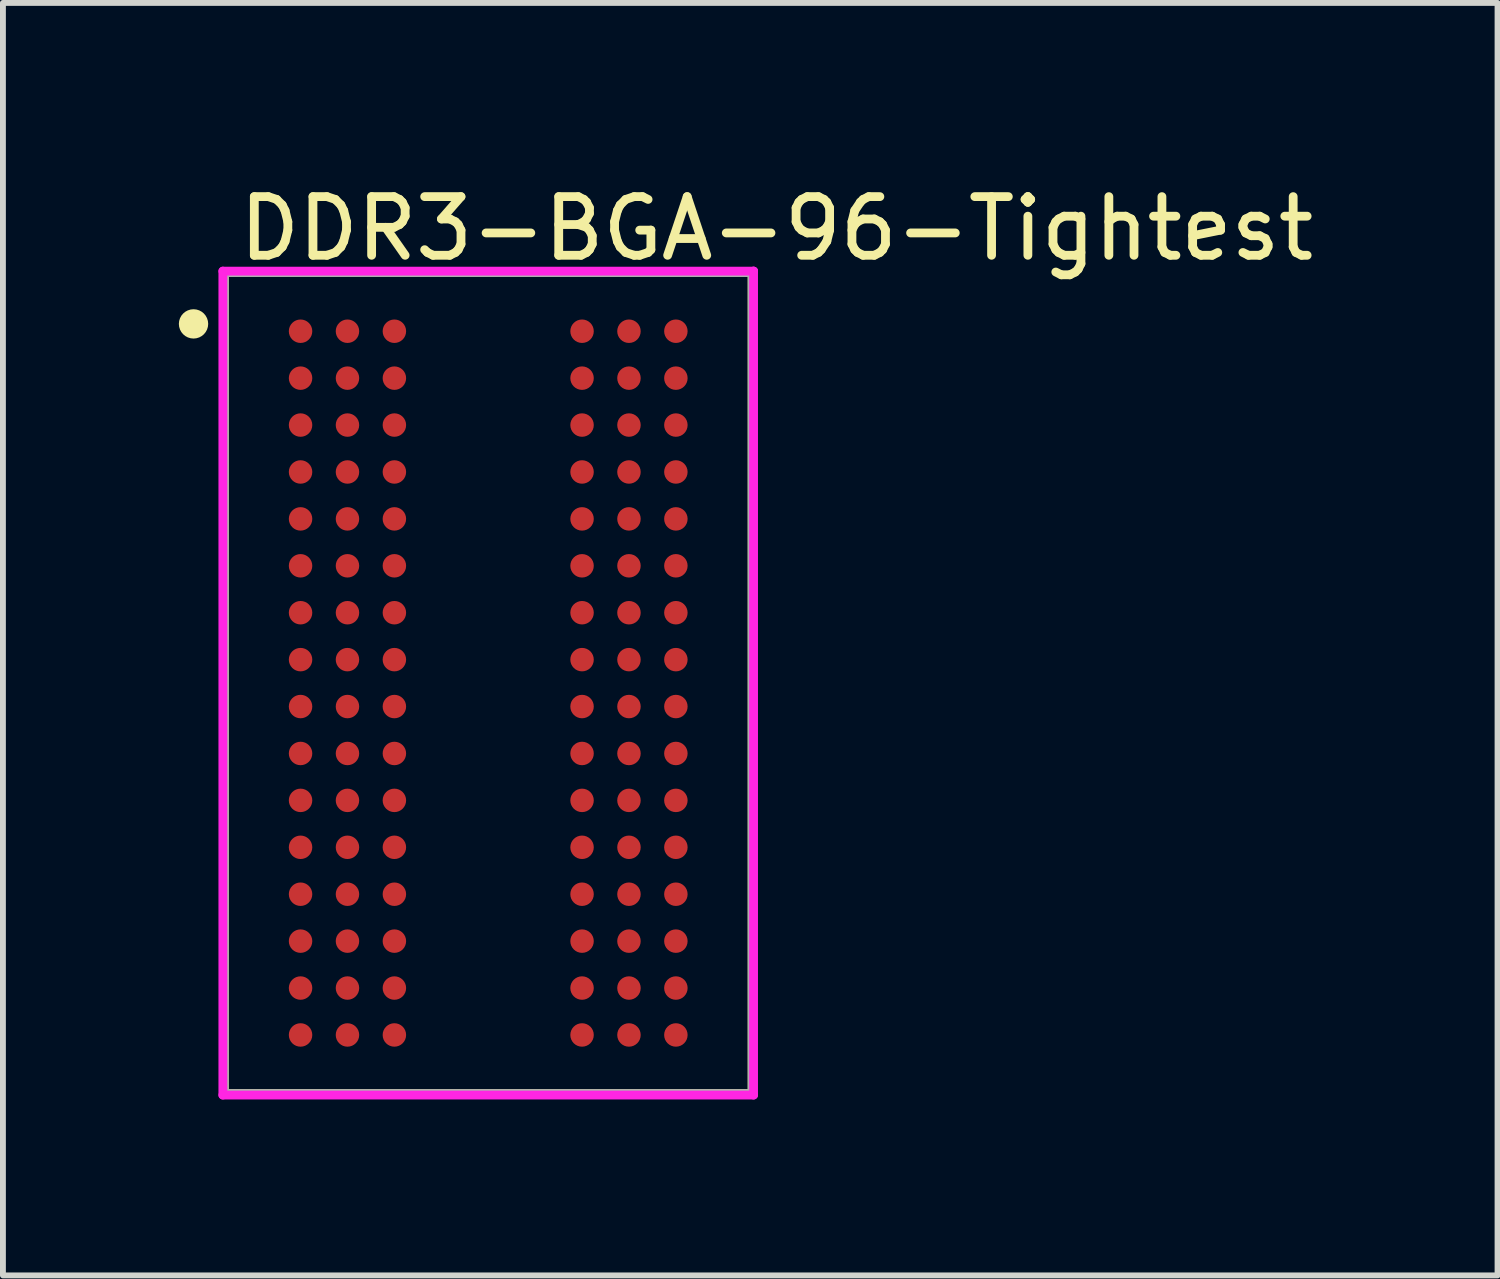
<source format=kicad_pcb>
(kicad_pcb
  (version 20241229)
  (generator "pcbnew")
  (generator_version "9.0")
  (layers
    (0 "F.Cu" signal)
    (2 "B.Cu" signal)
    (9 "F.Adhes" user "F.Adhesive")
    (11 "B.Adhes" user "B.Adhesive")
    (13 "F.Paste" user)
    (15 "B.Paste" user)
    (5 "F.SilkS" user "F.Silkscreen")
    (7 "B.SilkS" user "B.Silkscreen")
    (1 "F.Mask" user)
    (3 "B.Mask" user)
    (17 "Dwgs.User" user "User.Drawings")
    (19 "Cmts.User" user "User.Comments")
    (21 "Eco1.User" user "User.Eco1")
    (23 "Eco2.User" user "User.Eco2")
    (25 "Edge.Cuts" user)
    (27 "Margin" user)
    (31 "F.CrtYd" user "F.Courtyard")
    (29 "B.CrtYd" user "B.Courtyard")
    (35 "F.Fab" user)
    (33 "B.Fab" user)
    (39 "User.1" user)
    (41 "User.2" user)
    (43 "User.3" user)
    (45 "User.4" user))
  (footprint "DDR3-BGA-96-Tightest"
    (layer "F.Cu")
    (at 5.275 8.598)
    (property "Reference" "DDR3-BGA-96-Tightest" (at -4.325 -7.75 0) (layer "F.SilkS") (effects (font (size 1 1) (thickness 0.15)) (justify left)))
    (attr through_hole)
    (fp_line (start -4.5 -7) (end 4.5 -7) (stroke (width 0.15) (type solid)) (layer "F.SilkS"))
    (fp_line (start -4.5 7) (end -4.5 -7) (stroke (width 0.15) (type solid)) (layer "F.SilkS"))
    (fp_line (start 4.5 -7) (end 4.5 7) (stroke (width 0.15) (type solid)) (layer "F.SilkS"))
    (fp_line (start 4.5 7) (end -4.5 7) (stroke (width 0.15) (type solid)) (layer "F.SilkS"))
    (fp_circle (center -5.025 -6.125) (end -4.9 -6.125) (stroke (width 0.25) (type solid)) (fill no) (layer "F.SilkS"))
    (fp_line (start -4.525 -7.025) (end -4.525 7.025) (stroke (width 0.15) (type solid)) (layer "F.CrtYd"))
    (fp_line (start -4.525 7.025) (end 4.525 7.025) (stroke (width 0.15) (type solid)) (layer "F.CrtYd"))
    (fp_line (start 4.525 -7.025) (end -4.525 -7.025) (stroke (width 0.15) (type solid)) (layer "F.CrtYd"))
    (fp_line (start 4.525 -7.025) (end 4.525 -7.025) (stroke (width 0.15) (type solid)) (layer "F.CrtYd"))
    (fp_line (start 4.525 7.025) (end 4.525 -7.025) (stroke (width 0.15) (type solid)) (layer "F.CrtYd"))
    (fp_line (start -4.5 -7) (end 4.5 -7) (stroke (width 0.15) (type solid)) (layer "F.Fab"))
    (fp_line (start -4.5 7) (end -4.5 -7) (stroke (width 0.15) (type solid)) (layer "F.Fab"))
    (fp_line (start 4.5 -7) (end 4.5 7) (stroke (width 0.15) (type solid)) (layer "F.Fab"))
    (fp_line (start 4.5 7) (end -4.5 7) (stroke (width 0.15) (type solid)) (layer "F.Fab"))
    (pad "A1" smd circle (at -3.2 -6) (size 0.4 0.4) (layers "F.Cu" "F.Mask" "F.Paste"))
    (pad "A2" smd circle (at -2.4 -6) (size 0.4 0.4) (layers "F.Cu" "F.Mask" "F.Paste"))
    (pad "A3" smd circle (at -1.6 -6) (size 0.4 0.4) (layers "F.Cu" "F.Mask" "F.Paste"))
    (pad "A7" smd circle (at 1.6 -6) (size 0.4 0.4) (layers "F.Cu" "F.Mask" "F.Paste"))
    (pad "A8" smd circle (at 2.4 -6) (size 0.4 0.4) (layers "F.Cu" "F.Mask" "F.Paste"))
    (pad "A9" smd circle (at 3.2 -6) (size 0.4 0.4) (layers "F.Cu" "F.Mask" "F.Paste"))
    (pad "B1" smd circle (at -3.2 -5.2) (size 0.4 0.4) (layers "F.Cu" "F.Mask" "F.Paste"))
    (pad "B2" smd circle (at -2.4 -5.2) (size 0.4 0.4) (layers "F.Cu" "F.Mask" "F.Paste"))
    (pad "B3" smd circle (at -1.6 -5.2) (size 0.4 0.4) (layers "F.Cu" "F.Mask" "F.Paste"))
    (pad "B7" smd circle (at 1.6 -5.2) (size 0.4 0.4) (layers "F.Cu" "F.Mask" "F.Paste"))
    (pad "B8" smd circle (at 2.4 -5.2) (size 0.4 0.4) (layers "F.Cu" "F.Mask" "F.Paste"))
    (pad "B9" smd circle (at 3.2 -5.2) (size 0.4 0.4) (layers "F.Cu" "F.Mask" "F.Paste"))
    (pad "C1" smd circle (at -3.2 -4.4) (size 0.4 0.4) (layers "F.Cu" "F.Mask" "F.Paste"))
    (pad "C2" smd circle (at -2.4 -4.4) (size 0.4 0.4) (layers "F.Cu" "F.Mask" "F.Paste"))
    (pad "C3" smd circle (at -1.6 -4.4) (size 0.4 0.4) (layers "F.Cu" "F.Mask" "F.Paste"))
    (pad "C7" smd circle (at 1.6 -4.4) (size 0.4 0.4) (layers "F.Cu" "F.Mask" "F.Paste"))
    (pad "C8" smd circle (at 2.4 -4.4) (size 0.4 0.4) (layers "F.Cu" "F.Mask" "F.Paste"))
    (pad "C9" smd circle (at 3.2 -4.4) (size 0.4 0.4) (layers "F.Cu" "F.Mask" "F.Paste"))
    (pad "D1" smd circle (at -3.2 -3.6) (size 0.4 0.4) (layers "F.Cu" "F.Mask" "F.Paste"))
    (pad "D2" smd circle (at -2.4 -3.6) (size 0.4 0.4) (layers "F.Cu" "F.Mask" "F.Paste"))
    (pad "D3" smd circle (at -1.6 -3.6) (size 0.4 0.4) (layers "F.Cu" "F.Mask" "F.Paste"))
    (pad "D7" smd circle (at 1.6 -3.6) (size 0.4 0.4) (layers "F.Cu" "F.Mask" "F.Paste"))
    (pad "D8" smd circle (at 2.4 -3.6) (size 0.4 0.4) (layers "F.Cu" "F.Mask" "F.Paste"))
    (pad "D9" smd circle (at 3.2 -3.6) (size 0.4 0.4) (layers "F.Cu" "F.Mask" "F.Paste"))
    (pad "E1" smd circle (at -3.2 -2.8) (size 0.4 0.4) (layers "F.Cu" "F.Mask" "F.Paste"))
    (pad "E2" smd circle (at -2.4 -2.8) (size 0.4 0.4) (layers "F.Cu" "F.Mask" "F.Paste"))
    (pad "E3" smd circle (at -1.6 -2.8) (size 0.4 0.4) (layers "F.Cu" "F.Mask" "F.Paste"))
    (pad "E7" smd circle (at 1.6 -2.8) (size 0.4 0.4) (layers "F.Cu" "F.Mask" "F.Paste"))
    (pad "E8" smd circle (at 2.4 -2.8) (size 0.4 0.4) (layers "F.Cu" "F.Mask" "F.Paste"))
    (pad "E9" smd circle (at 3.2 -2.8) (size 0.4 0.4) (layers "F.Cu" "F.Mask" "F.Paste"))
    (pad "F1" smd circle (at -3.2 -2) (size 0.4 0.4) (layers "F.Cu" "F.Mask" "F.Paste"))
    (pad "F2" smd circle (at -2.4 -2) (size 0.4 0.4) (layers "F.Cu" "F.Mask" "F.Paste"))
    (pad "F3" smd circle (at -1.6 -2) (size 0.4 0.4) (layers "F.Cu" "F.Mask" "F.Paste"))
    (pad "F7" smd circle (at 1.6 -2) (size 0.4 0.4) (layers "F.Cu" "F.Mask" "F.Paste"))
    (pad "F8" smd circle (at 2.4 -2) (size 0.4 0.4) (layers "F.Cu" "F.Mask" "F.Paste"))
    (pad "F9" smd circle (at 3.2 -2) (size 0.4 0.4) (layers "F.Cu" "F.Mask" "F.Paste"))
    (pad "G1" smd circle (at -3.2 -1.2) (size 0.4 0.4) (layers "F.Cu" "F.Mask" "F.Paste"))
    (pad "G2" smd circle (at -2.4 -1.2) (size 0.4 0.4) (layers "F.Cu" "F.Mask" "F.Paste"))
    (pad "G3" smd circle (at -1.6 -1.2) (size 0.4 0.4) (layers "F.Cu" "F.Mask" "F.Paste"))
    (pad "G7" smd circle (at 1.6 -1.2) (size 0.4 0.4) (layers "F.Cu" "F.Mask" "F.Paste"))
    (pad "G8" smd circle (at 2.4 -1.2) (size 0.4 0.4) (layers "F.Cu" "F.Mask" "F.Paste"))
    (pad "G9" smd circle (at 3.2 -1.2) (size 0.4 0.4) (layers "F.Cu" "F.Mask" "F.Paste"))
    (pad "H1" smd circle (at -3.2 -0.4) (size 0.4 0.4) (layers "F.Cu" "F.Mask" "F.Paste"))
    (pad "H2" smd circle (at -2.4 -0.4) (size 0.4 0.4) (layers "F.Cu" "F.Mask" "F.Paste"))
    (pad "H3" smd circle (at -1.6 -0.4) (size 0.4 0.4) (layers "F.Cu" "F.Mask" "F.Paste"))
    (pad "H7" smd circle (at 1.6 -0.4) (size 0.4 0.4) (layers "F.Cu" "F.Mask" "F.Paste"))
    (pad "H8" smd circle (at 2.4 -0.4) (size 0.4 0.4) (layers "F.Cu" "F.Mask" "F.Paste"))
    (pad "H9" smd circle (at 3.2 -0.4) (size 0.4 0.4) (layers "F.Cu" "F.Mask" "F.Paste"))
    (pad "J1" smd circle (at -3.2 0.4) (size 0.4 0.4) (layers "F.Cu" "F.Mask" "F.Paste"))
    (pad "J2" smd circle (at -2.4 0.4) (size 0.4 0.4) (layers "F.Cu" "F.Mask" "F.Paste"))
    (pad "J3" smd circle (at -1.6 0.4) (size 0.4 0.4) (layers "F.Cu" "F.Mask" "F.Paste"))
    (pad "J7" smd circle (at 1.6 0.4) (size 0.4 0.4) (layers "F.Cu" "F.Mask" "F.Paste"))
    (pad "J8" smd circle (at 2.4 0.4) (size 0.4 0.4) (layers "F.Cu" "F.Mask" "F.Paste"))
    (pad "J9" smd circle (at 3.2 0.4) (size 0.4 0.4) (layers "F.Cu" "F.Mask" "F.Paste"))
    (pad "K1" smd circle (at -3.2 1.2) (size 0.4 0.4) (layers "F.Cu" "F.Mask" "F.Paste"))
    (pad "K2" smd circle (at -2.4 1.2) (size 0.4 0.4) (layers "F.Cu" "F.Mask" "F.Paste"))
    (pad "K3" smd circle (at -1.6 1.2) (size 0.4 0.4) (layers "F.Cu" "F.Mask" "F.Paste"))
    (pad "K7" smd circle (at 1.6 1.2) (size 0.4 0.4) (layers "F.Cu" "F.Mask" "F.Paste"))
    (pad "K8" smd circle (at 2.4 1.2) (size 0.4 0.4) (layers "F.Cu" "F.Mask" "F.Paste"))
    (pad "K9" smd circle (at 3.2 1.2) (size 0.4 0.4) (layers "F.Cu" "F.Mask" "F.Paste"))
    (pad "L1" smd circle (at -3.2 2) (size 0.4 0.4) (layers "F.Cu" "F.Mask" "F.Paste"))
    (pad "L2" smd circle (at -2.4 2) (size 0.4 0.4) (layers "F.Cu" "F.Mask" "F.Paste"))
    (pad "L3" smd circle (at -1.6 2) (size 0.4 0.4) (layers "F.Cu" "F.Mask" "F.Paste"))
    (pad "L7" smd circle (at 1.6 2) (size 0.4 0.4) (layers "F.Cu" "F.Mask" "F.Paste"))
    (pad "L8" smd circle (at 2.4 2) (size 0.4 0.4) (layers "F.Cu" "F.Mask" "F.Paste"))
    (pad "L9" smd circle (at 3.2 2) (size 0.4 0.4) (layers "F.Cu" "F.Mask" "F.Paste"))
    (pad "M1" smd circle (at -3.2 2.8) (size 0.4 0.4) (layers "F.Cu" "F.Mask" "F.Paste"))
    (pad "M2" smd circle (at -2.4 2.8) (size 0.4 0.4) (layers "F.Cu" "F.Mask" "F.Paste"))
    (pad "M3" smd circle (at -1.6 2.8) (size 0.4 0.4) (layers "F.Cu" "F.Mask" "F.Paste"))
    (pad "M7" smd circle (at 1.6 2.8) (size 0.4 0.4) (layers "F.Cu" "F.Mask" "F.Paste"))
    (pad "M8" smd circle (at 2.4 2.8) (size 0.4 0.4) (layers "F.Cu" "F.Mask" "F.Paste"))
    (pad "M9" smd circle (at 3.2 2.8) (size 0.4 0.4) (layers "F.Cu" "F.Mask" "F.Paste"))
    (pad "N1" smd circle (at -3.2 3.6) (size 0.4 0.4) (layers "F.Cu" "F.Mask" "F.Paste"))
    (pad "N2" smd circle (at -2.4 3.6) (size 0.4 0.4) (layers "F.Cu" "F.Mask" "F.Paste"))
    (pad "N3" smd circle (at -1.6 3.6) (size 0.4 0.4) (layers "F.Cu" "F.Mask" "F.Paste"))
    (pad "N7" smd circle (at 1.6 3.6) (size 0.4 0.4) (layers "F.Cu" "F.Mask" "F.Paste"))
    (pad "N8" smd circle (at 2.4 3.6) (size 0.4 0.4) (layers "F.Cu" "F.Mask" "F.Paste"))
    (pad "N9" smd circle (at 3.2 3.6) (size 0.4 0.4) (layers "F.Cu" "F.Mask" "F.Paste"))
    (pad "P1" smd circle (at -3.2 4.4) (size 0.4 0.4) (layers "F.Cu" "F.Mask" "F.Paste"))
    (pad "P2" smd circle (at -2.4 4.4) (size 0.4 0.4) (layers "F.Cu" "F.Mask" "F.Paste"))
    (pad "P3" smd circle (at -1.6 4.4) (size 0.4 0.4) (layers "F.Cu" "F.Mask" "F.Paste"))
    (pad "P7" smd circle (at 1.6 4.4) (size 0.4 0.4) (layers "F.Cu" "F.Mask" "F.Paste"))
    (pad "P8" smd circle (at 2.4 4.4) (size 0.4 0.4) (layers "F.Cu" "F.Mask" "F.Paste"))
    (pad "P9" smd circle (at 3.2 4.4) (size 0.4 0.4) (layers "F.Cu" "F.Mask" "F.Paste"))
    (pad "R1" smd circle (at -3.2 5.2) (size 0.4 0.4) (layers "F.Cu" "F.Mask" "F.Paste"))
    (pad "R2" smd circle (at -2.4 5.2) (size 0.4 0.4) (layers "F.Cu" "F.Mask" "F.Paste"))
    (pad "R3" smd circle (at -1.6 5.2) (size 0.4 0.4) (layers "F.Cu" "F.Mask" "F.Paste"))
    (pad "R7" smd circle (at 1.6 5.2) (size 0.4 0.4) (layers "F.Cu" "F.Mask" "F.Paste"))
    (pad "R8" smd circle (at 2.4 5.2) (size 0.4 0.4) (layers "F.Cu" "F.Mask" "F.Paste"))
    (pad "R9" smd circle (at 3.2 5.2) (size 0.4 0.4) (layers "F.Cu" "F.Mask" "F.Paste"))
    (pad "T1" smd circle (at -3.2 6) (size 0.4 0.4) (layers "F.Cu" "F.Mask" "F.Paste"))
    (pad "T2" smd circle (at -2.4 6) (size 0.4 0.4) (layers "F.Cu" "F.Mask" "F.Paste"))
    (pad "T3" smd circle (at -1.6 6) (size 0.4 0.4) (layers "F.Cu" "F.Mask" "F.Paste"))
    (pad "T7" smd circle (at 1.6 6) (size 0.4 0.4) (layers "F.Cu" "F.Mask" "F.Paste"))
    (pad "T8" smd circle (at 2.4 6) (size 0.4 0.4) (layers "F.Cu" "F.Mask" "F.Paste"))
    (pad "T9" smd circle (at 3.2 6) (size 0.4 0.4) (layers "F.Cu" "F.Mask" "F.Paste")))
  (gr_rect
    (start -3 -3)
    (end 22.486 18.698)
    (stroke (width 0.1) (type default))
    (fill no)
    (layer "Edge.Cuts")))
</source>
